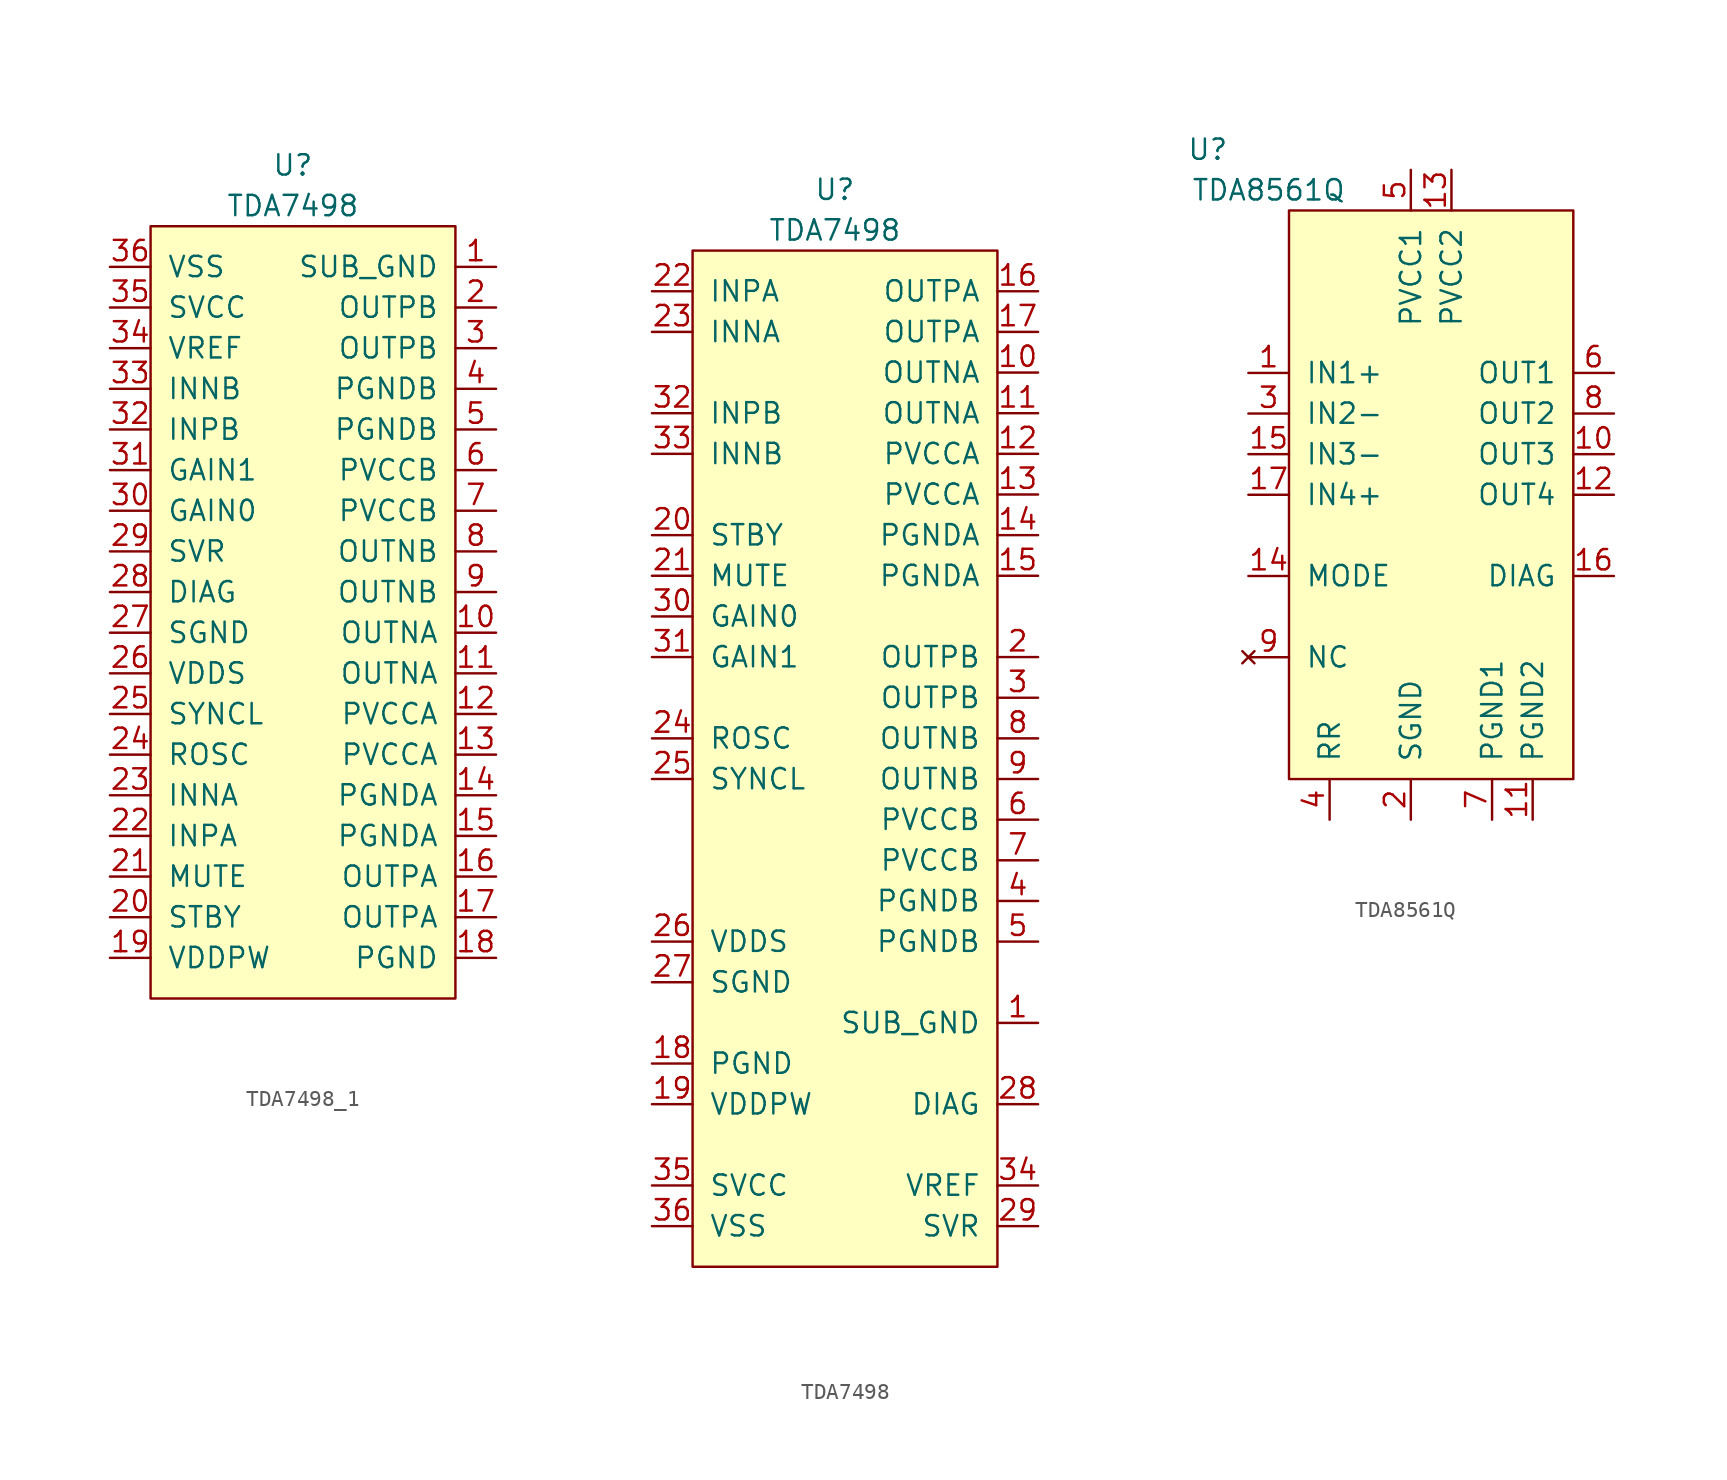
<source format=kicad_sym>
(kicad_symbol_lib
  (version 20220914)
  (generator kicad_symbol_editor)
  (symbol "TDA7498_1"
    (pin_names
      (offset 1.016))
    (property "Reference" "U"
      (at 0 34.29 0)
      (effects (font (size 1.27 1.27))))
    (property "Value" "TDA7498"
      (at 0 31.75 0)
      (effects (font (size 1.27 1.27))))
    (symbol "TDA7498_1_0_1"
      (rectangle (start -8.89 30.48) (end 10.16 -17.78) (stroke (width 0) (type solid)) (fill (type background))))
    (symbol "TDA7498_1_1_1"
      (pin power_in line (at 12.7 27.94 180) (length 2.54) (name "SUB_GND" (effects (font (size 1.27 1.27)))) (number "1" (effects (font (size 1.27 1.27)))))
      (pin output line (at 12.7 5.08 180) (length 2.54) (name "OUTNA" (effects (font (size 1.27 1.27)))) (number "10" (effects (font (size 1.27 1.27)))))
      (pin output line (at 12.7 2.54 180) (length 2.54) (name "OUTNA" (effects (font (size 1.27 1.27)))) (number "11" (effects (font (size 1.27 1.27)))))
      (pin power_in line (at 12.7 0 180) (length 2.54) (name "PVCCA" (effects (font (size 1.27 1.27)))) (number "12" (effects (font (size 1.27 1.27)))))
      (pin power_in line (at 12.7 -2.54 180) (length 2.54) (name "PVCCA" (effects (font (size 1.27 1.27)))) (number "13" (effects (font (size 1.27 1.27)))))
      (pin power_in line (at 12.7 -5.08 180) (length 2.54) (name "PGNDA" (effects (font (size 1.27 1.27)))) (number "14" (effects (font (size 1.27 1.27)))))
      (pin power_in line (at 12.7 -7.62 180) (length 2.54) (name "PGNDA" (effects (font (size 1.27 1.27)))) (number "15" (effects (font (size 1.27 1.27)))))
      (pin output line (at 12.7 -10.16 180) (length 2.54) (name "OUTPA" (effects (font (size 1.27 1.27)))) (number "16" (effects (font (size 1.27 1.27)))))
      (pin output line (at 12.7 -12.7 180) (length 2.54) (name "OUTPA" (effects (font (size 1.27 1.27)))) (number "17" (effects (font (size 1.27 1.27)))))
      (pin power_in line (at 12.7 -15.24 180) (length 2.54) (name "PGND" (effects (font (size 1.27 1.27)))) (number "18" (effects (font (size 1.27 1.27)))))
      (pin power_out line (at -11.43 -15.24 0) (length 2.54) (name "VDDPW" (effects (font (size 1.27 1.27)))) (number "19" (effects (font (size 1.27 1.27)))))
      (pin output line (at 12.7 25.4 180) (length 2.54) (name "OUTPB" (effects (font (size 1.27 1.27)))) (number "2" (effects (font (size 1.27 1.27)))))
      (pin input line (at -11.43 -12.7 0) (length 2.54) (name "STBY" (effects (font (size 1.27 1.27)))) (number "20" (effects (font (size 1.27 1.27)))))
      (pin input line (at -11.43 -10.16 0) (length 2.54) (name "MUTE" (effects (font (size 1.27 1.27)))) (number "21" (effects (font (size 1.27 1.27)))))
      (pin input line (at -11.43 -7.62 0) (length 2.54) (name "INPA" (effects (font (size 1.27 1.27)))) (number "22" (effects (font (size 1.27 1.27)))))
      (pin input line (at -11.43 -5.08 0) (length 2.54) (name "INNA" (effects (font (size 1.27 1.27)))) (number "23" (effects (font (size 1.27 1.27)))))
      (pin output line (at -11.43 -2.54 0) (length 2.54) (name "ROSC" (effects (font (size 1.27 1.27)))) (number "24" (effects (font (size 1.27 1.27)))))
      (pin bidirectional line (at -11.43 0 0) (length 2.54) (name "SYNCL" (effects (font (size 1.27 1.27)))) (number "25" (effects (font (size 1.27 1.27)))))
      (pin power_out line (at -11.43 2.54 0) (length 2.54) (name "VDDS" (effects (font (size 1.27 1.27)))) (number "26" (effects (font (size 1.27 1.27)))))
      (pin power_in line (at -11.43 5.08 0) (length 2.54) (name "SGND" (effects (font (size 1.27 1.27)))) (number "27" (effects (font (size 1.27 1.27)))))
      (pin output line (at -11.43 7.62 0) (length 2.54) (name "DIAG" (effects (font (size 1.27 1.27)))) (number "28" (effects (font (size 1.27 1.27)))))
      (pin output line (at -11.43 10.16 0) (length 2.54) (name "SVR" (effects (font (size 1.27 1.27)))) (number "29" (effects (font (size 1.27 1.27)))))
      (pin output line (at 12.7 22.86 180) (length 2.54) (name "OUTPB" (effects (font (size 1.27 1.27)))) (number "3" (effects (font (size 1.27 1.27)))))
      (pin input line (at -11.43 12.7 0) (length 2.54) (name "GAIN0" (effects (font (size 1.27 1.27)))) (number "30" (effects (font (size 1.27 1.27)))))
      (pin input line (at -11.43 15.24 0) (length 2.54) (name "GAIN1" (effects (font (size 1.27 1.27)))) (number "31" (effects (font (size 1.27 1.27)))))
      (pin input line (at -11.43 17.78 0) (length 2.54) (name "INPB" (effects (font (size 1.27 1.27)))) (number "32" (effects (font (size 1.27 1.27)))))
      (pin input line (at -11.43 20.32 0) (length 2.54) (name "INNB" (effects (font (size 1.27 1.27)))) (number "33" (effects (font (size 1.27 1.27)))))
      (pin output line (at -11.43 22.86 0) (length 2.54) (name "VREF" (effects (font (size 1.27 1.27)))) (number "34" (effects (font (size 1.27 1.27)))))
      (pin power_in line (at -11.43 25.4 0) (length 2.54) (name "SVCC" (effects (font (size 1.27 1.27)))) (number "35" (effects (font (size 1.27 1.27)))))
      (pin power_in line (at -11.43 27.94 0) (length 2.54) (name "VSS" (effects (font (size 1.27 1.27)))) (number "36" (effects (font (size 1.27 1.27)))))
      (pin power_in line (at 12.7 20.32 180) (length 2.54) (name "PGNDB" (effects (font (size 1.27 1.27)))) (number "4" (effects (font (size 1.27 1.27)))))
      (pin power_in line (at 12.7 17.78 180) (length 2.54) (name "PGNDB" (effects (font (size 1.27 1.27)))) (number "5" (effects (font (size 1.27 1.27)))))
      (pin power_in line (at 12.7 15.24 180) (length 2.54) (name "PVCCB" (effects (font (size 1.27 1.27)))) (number "6" (effects (font (size 1.27 1.27)))))
      (pin power_in line (at 12.7 12.7 180) (length 2.54) (name "PVCCB" (effects (font (size 1.27 1.27)))) (number "7" (effects (font (size 1.27 1.27)))))
      (pin output line (at 12.7 10.16 180) (length 2.54) (name "OUTNB" (effects (font (size 1.27 1.27)))) (number "8" (effects (font (size 1.27 1.27)))))
      (pin output line (at 12.7 7.62 180) (length 2.54) (name "OUTNB" (effects (font (size 1.27 1.27)))) (number "9" (effects (font (size 1.27 1.27)))))))
  (symbol "TDA7498"
    (pin_names
      (offset 1.016))
    (property "Reference" "U"
      (at 0 34.29 0)
      (effects (font (size 1.27 1.27))))
    (property "Value" "TDA7498"
      (at 0 31.75 0)
      (effects (font (size 1.27 1.27))))
    (symbol "TDA7498_0_1"
      (rectangle (start -8.89 30.48) (end 10.16 -33.02) (stroke (width 0) (type solid)) (fill (type background))))
    (symbol "TDA7498_1_1"
      (pin power_in line (at 12.7 -17.78 180) (length 2.54) (name "SUB_GND" (effects (font (size 1.27 1.27)))) (number "1" (effects (font (size 1.27 1.27)))))
      (pin output line (at 12.7 22.86 180) (length 2.54) (name "OUTNA" (effects (font (size 1.27 1.27)))) (number "10" (effects (font (size 1.27 1.27)))))
      (pin output line (at 12.7 20.32 180) (length 2.54) (name "OUTNA" (effects (font (size 1.27 1.27)))) (number "11" (effects (font (size 1.27 1.27)))))
      (pin power_in line (at 12.7 17.78 180) (length 2.54) (name "PVCCA" (effects (font (size 1.27 1.27)))) (number "12" (effects (font (size 1.27 1.27)))))
      (pin power_in line (at 12.7 15.24 180) (length 2.54) (name "PVCCA" (effects (font (size 1.27 1.27)))) (number "13" (effects (font (size 1.27 1.27)))))
      (pin power_in line (at 12.7 12.7 180) (length 2.54) (name "PGNDA" (effects (font (size 1.27 1.27)))) (number "14" (effects (font (size 1.27 1.27)))))
      (pin power_in line (at 12.7 10.16 180) (length 2.54) (name "PGNDA" (effects (font (size 1.27 1.27)))) (number "15" (effects (font (size 1.27 1.27)))))
      (pin output line (at 12.7 27.94 180) (length 2.54) (name "OUTPA" (effects (font (size 1.27 1.27)))) (number "16" (effects (font (size 1.27 1.27)))))
      (pin output line (at 12.7 25.4 180) (length 2.54) (name "OUTPA" (effects (font (size 1.27 1.27)))) (number "17" (effects (font (size 1.27 1.27)))))
      (pin power_in line (at -11.43 -20.32 0) (length 2.54) (name "PGND" (effects (font (size 1.27 1.27)))) (number "18" (effects (font (size 1.27 1.27)))))
      (pin power_out line (at -11.43 -22.86 0) (length 2.54) (name "VDDPW" (effects (font (size 1.27 1.27)))) (number "19" (effects (font (size 1.27 1.27)))))
      (pin output line (at 12.7 5.08 180) (length 2.54) (name "OUTPB" (effects (font (size 1.27 1.27)))) (number "2" (effects (font (size 1.27 1.27)))))
      (pin input line (at -11.43 12.7 0) (length 2.54) (name "STBY" (effects (font (size 1.27 1.27)))) (number "20" (effects (font (size 1.27 1.27)))))
      (pin input line (at -11.43 10.16 0) (length 2.54) (name "MUTE" (effects (font (size 1.27 1.27)))) (number "21" (effects (font (size 1.27 1.27)))))
      (pin input line (at -11.43 27.94 0) (length 2.54) (name "INPA" (effects (font (size 1.27 1.27)))) (number "22" (effects (font (size 1.27 1.27)))))
      (pin input line (at -11.43 25.4 0) (length 2.54) (name "INNA" (effects (font (size 1.27 1.27)))) (number "23" (effects (font (size 1.27 1.27)))))
      (pin output line (at -11.43 0 0) (length 2.54) (name "ROSC" (effects (font (size 1.27 1.27)))) (number "24" (effects (font (size 1.27 1.27)))))
      (pin bidirectional line (at -11.43 -2.54 0) (length 2.54) (name "SYNCL" (effects (font (size 1.27 1.27)))) (number "25" (effects (font (size 1.27 1.27)))))
      (pin power_out line (at -11.43 -12.7 0) (length 2.54) (name "VDDS" (effects (font (size 1.27 1.27)))) (number "26" (effects (font (size 1.27 1.27)))))
      (pin power_in line (at -11.43 -15.24 0) (length 2.54) (name "SGND" (effects (font (size 1.27 1.27)))) (number "27" (effects (font (size 1.27 1.27)))))
      (pin output line (at 12.7 -22.86 180) (length 2.54) (name "DIAG" (effects (font (size 1.27 1.27)))) (number "28" (effects (font (size 1.27 1.27)))))
      (pin output line (at 12.7 -30.48 180) (length 2.54) (name "SVR" (effects (font (size 1.27 1.27)))) (number "29" (effects (font (size 1.27 1.27)))))
      (pin output line (at 12.7 2.54 180) (length 2.54) (name "OUTPB" (effects (font (size 1.27 1.27)))) (number "3" (effects (font (size 1.27 1.27)))))
      (pin input line (at -11.43 7.62 0) (length 2.54) (name "GAIN0" (effects (font (size 1.27 1.27)))) (number "30" (effects (font (size 1.27 1.27)))))
      (pin input line (at -11.43 5.08 0) (length 2.54) (name "GAIN1" (effects (font (size 1.27 1.27)))) (number "31" (effects (font (size 1.27 1.27)))))
      (pin input line (at -11.43 20.32 0) (length 2.54) (name "INPB" (effects (font (size 1.27 1.27)))) (number "32" (effects (font (size 1.27 1.27)))))
      (pin input line (at -11.43 17.78 0) (length 2.54) (name "INNB" (effects (font (size 1.27 1.27)))) (number "33" (effects (font (size 1.27 1.27)))))
      (pin output line (at 12.7 -27.94 180) (length 2.54) (name "VREF" (effects (font (size 1.27 1.27)))) (number "34" (effects (font (size 1.27 1.27)))))
      (pin power_in line (at -11.43 -27.94 0) (length 2.54) (name "SVCC" (effects (font (size 1.27 1.27)))) (number "35" (effects (font (size 1.27 1.27)))))
      (pin power_in line (at -11.43 -30.48 0) (length 2.54) (name "VSS" (effects (font (size 1.27 1.27)))) (number "36" (effects (font (size 1.27 1.27)))))
      (pin power_in line (at 12.7 -10.16 180) (length 2.54) (name "PGNDB" (effects (font (size 1.27 1.27)))) (number "4" (effects (font (size 1.27 1.27)))))
      (pin power_in line (at 12.7 -12.7 180) (length 2.54) (name "PGNDB" (effects (font (size 1.27 1.27)))) (number "5" (effects (font (size 1.27 1.27)))))
      (pin power_in line (at 12.7 -5.08 180) (length 2.54) (name "PVCCB" (effects (font (size 1.27 1.27)))) (number "6" (effects (font (size 1.27 1.27)))))
      (pin power_in line (at 12.7 -7.62 180) (length 2.54) (name "PVCCB" (effects (font (size 1.27 1.27)))) (number "7" (effects (font (size 1.27 1.27)))))
      (pin output line (at 12.7 0 180) (length 2.54) (name "OUTNB" (effects (font (size 1.27 1.27)))) (number "8" (effects (font (size 1.27 1.27)))))
      (pin output line (at 12.7 -2.54 180) (length 2.54) (name "OUTNB" (effects (font (size 1.27 1.27)))) (number "9" (effects (font (size 1.27 1.27)))))))
  (symbol "TDA8561Q"
    (pin_names
      (offset 1.016))
    (property "Reference" "U"
      (at -13.97 27.94 0)
      (effects (font (size 1.27 1.27))))
    (property "Value" "TDA8561Q"
      (at -10.16 25.4 0)
      (effects (font (size 1.27 1.27))))
    (symbol "TDA8561Q_0_1"
      (rectangle (start -8.89 24.13) (end 8.89 -11.43) (stroke (width 0) (type solid)) (fill (type background))))
    (symbol "TDA8561Q_1_1"
      (pin input line (at -11.43 13.97 0) (length 2.54) (name "IN1+" (effects (font (size 1.27 1.27)))) (number "1" (effects (font (size 1.27 1.27)))))
      (pin output line (at 11.43 8.89 180) (length 2.54) (name "OUT3" (effects (font (size 1.27 1.27)))) (number "10" (effects (font (size 1.27 1.27)))))
      (pin power_in line (at 6.35 -13.97 90) (length 2.54) (name "PGND2" (effects (font (size 1.27 1.27)))) (number "11" (effects (font (size 1.27 1.27)))))
      (pin output line (at 11.43 6.35 180) (length 2.54) (name "OUT4" (effects (font (size 1.27 1.27)))) (number "12" (effects (font (size 1.27 1.27)))))
      (pin power_in line (at 1.27 26.67 270) (length 2.54) (name "PVCC2" (effects (font (size 1.27 1.27)))) (number "13" (effects (font (size 1.27 1.27)))))
      (pin input line (at -11.43 1.27 0) (length 2.54) (name "MODE" (effects (font (size 1.27 1.27)))) (number "14" (effects (font (size 1.27 1.27)))))
      (pin input line (at -11.43 8.89 0) (length 2.54) (name "IN3-" (effects (font (size 1.27 1.27)))) (number "15" (effects (font (size 1.27 1.27)))))
      (pin open_collector line (at 11.43 1.27 180) (length 2.54) (name "DIAG" (effects (font (size 1.27 1.27)))) (number "16" (effects (font (size 1.27 1.27)))))
      (pin input line (at -11.43 6.35 0) (length 2.54) (name "IN4+" (effects (font (size 1.27 1.27)))) (number "17" (effects (font (size 1.27 1.27)))))
      (pin power_in line (at -1.27 -13.97 90) (length 2.54) (name "SGND" (effects (font (size 1.27 1.27)))) (number "2" (effects (font (size 1.27 1.27)))))
      (pin input line (at -11.43 11.43 0) (length 2.54) (name "IN2-" (effects (font (size 1.27 1.27)))) (number "3" (effects (font (size 1.27 1.27)))))
      (pin power_out line (at -6.35 -13.97 90) (length 2.54) (name "RR" (effects (font (size 1.27 1.27)))) (number "4" (effects (font (size 1.27 1.27)))))
      (pin power_in line (at -1.27 26.67 270) (length 2.54) (name "PVCC1" (effects (font (size 1.27 1.27)))) (number "5" (effects (font (size 1.27 1.27)))))
      (pin output line (at 11.43 13.97 180) (length 2.54) (name "OUT1" (effects (font (size 1.27 1.27)))) (number "6" (effects (font (size 1.27 1.27)))))
      (pin power_in line (at 3.81 -13.97 90) (length 2.54) (name "PGND1" (effects (font (size 1.27 1.27)))) (number "7" (effects (font (size 1.27 1.27)))))
      (pin output line (at 11.43 11.43 180) (length 2.54) (name "OUT2" (effects (font (size 1.27 1.27)))) (number "8" (effects (font (size 1.27 1.27)))))
      (pin no_connect line (at -11.43 -3.81 0) (length 2.54) (name "NC" (effects (font (size 1.27 1.27)))) (number "9" (effects (font (size 1.27 1.27))))))))
</source>
